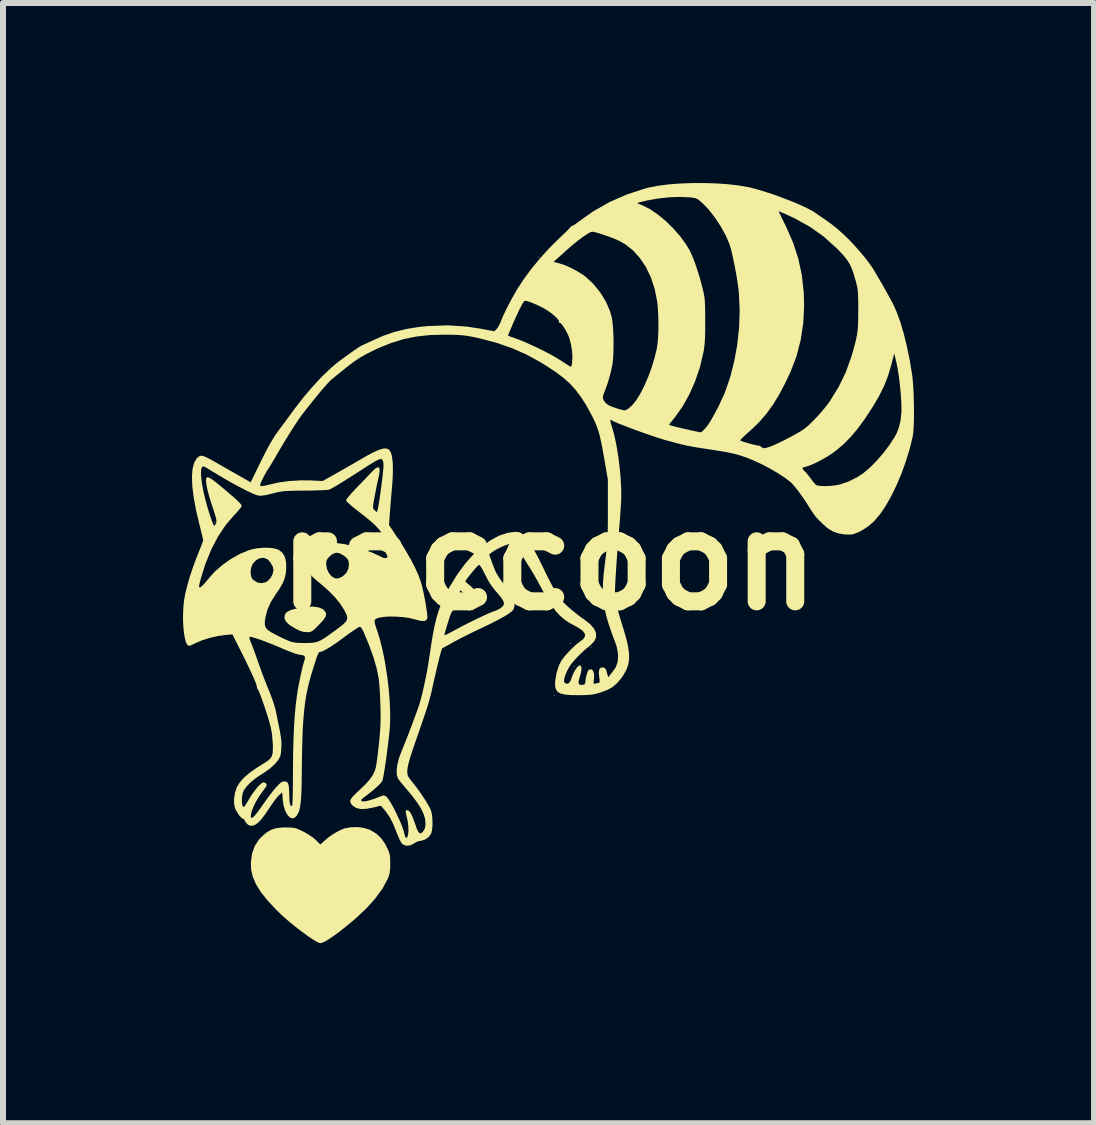
<source format=kicad_pcb>
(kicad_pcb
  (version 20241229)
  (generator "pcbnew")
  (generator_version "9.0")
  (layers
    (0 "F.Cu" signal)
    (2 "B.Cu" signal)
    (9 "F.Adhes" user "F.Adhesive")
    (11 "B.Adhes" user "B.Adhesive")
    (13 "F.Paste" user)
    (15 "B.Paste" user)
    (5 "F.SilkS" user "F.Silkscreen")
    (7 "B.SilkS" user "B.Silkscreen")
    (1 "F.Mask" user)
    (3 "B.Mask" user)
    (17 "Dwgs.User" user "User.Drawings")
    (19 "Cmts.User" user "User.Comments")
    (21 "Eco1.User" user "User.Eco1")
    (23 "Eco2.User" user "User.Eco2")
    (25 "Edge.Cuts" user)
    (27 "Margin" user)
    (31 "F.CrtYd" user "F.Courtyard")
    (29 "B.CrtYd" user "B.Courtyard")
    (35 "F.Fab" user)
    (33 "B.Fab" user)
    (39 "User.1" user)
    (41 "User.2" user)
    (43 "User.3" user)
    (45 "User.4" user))
  (footprint "raccoon"
    (layer "F.Cu")
    (at 6.094 6.292)
    (property "Reference" "raccoon" (at 0 0 0) (layer "F.SilkS") (effects (font (size 1.5 1.5) (thickness 0.3))))
    (attr board_only exclude_from_pos_files exclude_from_bom)
    (fp_poly (pts (xy -5.613 -1.399) (xy -5.621 -1.391) (xy -5.63 -1.399) (xy -5.621 -1.407)) (stroke (width 0) (type solid)) (fill yes) (layer "F.SilkS"))
    (fp_poly (pts (xy -5.563 -0.637) (xy -5.572 -0.629) (xy -5.58 -0.637) (xy -5.572 -0.646)) (stroke (width 0) (type solid)) (fill yes) (layer "F.SilkS"))
    (fp_poly (pts (xy -0.166 -5.058) (xy -0.174 -5.05) (xy -0.182 -5.058) (xy -0.174 -5.067)) (stroke (width 0) (type solid)) (fill yes) (layer "F.SilkS"))
    (fp_poly (pts (xy 0.099 2.244) (xy 0.091 2.252) (xy 0.083 2.244) (xy 0.091 2.235)) (stroke (width 0) (type solid)) (fill yes) (layer "F.SilkS"))
    (fp_poly (pts (xy 0.331 -4.943) (xy 0.323 -4.934) (xy 0.315 -4.943) (xy 0.323 -4.951)) (stroke (width 0) (type solid)) (fill yes) (layer "F.SilkS"))
    (fp_poly (pts (xy 0.364 1.383) (xy 0.356 1.391) (xy 0.348 1.383) (xy 0.356 1.374)) (stroke (width 0) (type solid)) (fill yes) (layer "F.SilkS"))
    (fp_poly (pts (xy 0.431 1.763) (xy 0.422 1.772) (xy 0.414 1.763) (xy 0.422 1.755)) (stroke (width 0) (type solid)) (fill yes) (layer "F.SilkS"))
    (fp_poly (pts (xy 0.712 1.449) (xy 0.704 1.457) (xy 0.695 1.449) (xy 0.704 1.441)) (stroke (width 0) (type solid)) (fill yes) (layer "F.SilkS"))
    (fp_poly (pts (xy -3.834 0.779) (xy -3.768 0.807) (xy -3.751 0.82) (xy -3.72 0.856) (xy -3.709 0.893) (xy -3.719 0.934) (xy -3.753 0.985) (xy -3.811 1.05) (xy -3.83 1.069) (xy -3.884 1.124) (xy -3.923 1.16) (xy -3.953 1.18) (xy -3.981 1.189) (xy -4.014 1.192) (xy -4.032 1.192) (xy -4.086 1.187) (xy -4.14 1.172) (xy -4.205 1.141) (xy -4.232 1.126) (xy -4.318 1.073) (xy -4.373 1.022) (xy -4.401 0.972) (xy -4.404 0.943) (xy -4.396 0.895) (xy -4.368 0.859) (xy -4.314 0.83) (xy -4.268 0.814) (xy -4.145 0.783) (xy -4.028 0.767) (xy -3.923 0.766)) (stroke (width 0) (type solid)) (fill yes) (layer "F.SilkS"))
    (fp_poly (pts (xy -3.077 4.454) (xy -2.985 4.483) (xy -2.975 4.488) (xy -2.873 4.549) (xy -2.792 4.625) (xy -2.726 4.721) (xy -2.704 4.765) (xy -2.674 4.827) (xy -2.656 4.875) (xy -2.646 4.921) (xy -2.642 4.977) (xy -2.641 5.049) (xy -2.643 5.133) (xy -2.649 5.194) (xy -2.661 5.245) (xy -2.681 5.297) (xy -2.681 5.299) (xy -2.769 5.461) (xy -2.889 5.627) (xy -3.041 5.796) (xy -3.226 5.969) (xy -3.251 5.99) (xy -3.381 6.098) (xy -3.498 6.19) (xy -3.601 6.265) (xy -3.687 6.322) (xy -3.754 6.359) (xy -3.8 6.374) (xy -3.806 6.374) (xy -3.841 6.364) (xy -3.897 6.333) (xy -3.971 6.286) (xy -4.021 6.251) (xy -4.179 6.134) (xy -4.316 6.024) (xy -4.44 5.915) (xy -4.56 5.799) (xy -4.565 5.793) (xy -4.698 5.649) (xy -4.802 5.516) (xy -4.879 5.391) (xy -4.931 5.271) (xy -4.959 5.152) (xy -4.964 5.033) (xy -4.963 5.019) (xy -4.943 4.876) (xy -4.899 4.755) (xy -4.832 4.651) (xy -4.795 4.611) (xy -4.713 4.537) (xy -4.633 4.488) (xy -4.548 4.459) (xy -4.445 4.447) (xy -4.387 4.446) (xy -4.311 4.447) (xy -4.256 4.451) (xy -4.21 4.461) (xy -4.16 4.481) (xy -4.095 4.512) (xy -4.089 4.515) (xy -4.005 4.562) (xy -3.93 4.613) (xy -3.878 4.657) (xy -3.807 4.73) (xy -3.745 4.673) (xy -3.662 4.604) (xy -3.568 4.541) (xy -3.474 4.49) (xy -3.397 4.46) (xy -3.295 4.442) (xy -3.185 4.44)) (stroke (width 0) (type solid)) (fill yes) (layer "F.SilkS"))
    (fp_poly (pts (xy 2.784 -6.286) (xy 2.981 -6.273) (xy 3.163 -6.252) (xy 3.322 -6.225) (xy 3.357 -6.217) (xy 3.482 -6.184) (xy 3.619 -6.142) (xy 3.764 -6.094) (xy 3.909 -6.041) (xy 4.05 -5.986) (xy 4.181 -5.931) (xy 4.295 -5.878) (xy 4.387 -5.83) (xy 4.435 -5.8) (xy 4.488 -5.763) (xy 4.535 -5.731) (xy 4.562 -5.713) (xy 4.658 -5.646) (xy 4.736 -5.588) (xy 4.808 -5.529) (xy 4.885 -5.461) (xy 4.932 -5.418) (xy 5.009 -5.343) (xy 5.093 -5.253) (xy 5.179 -5.156) (xy 5.261 -5.058) (xy 5.333 -4.966) (xy 5.388 -4.888) (xy 5.404 -4.863) (xy 5.487 -4.723) (xy 5.557 -4.603) (xy 5.618 -4.496) (xy 5.675 -4.392) (xy 5.731 -4.289) (xy 5.795 -4.149) (xy 5.857 -3.981) (xy 5.914 -3.787) (xy 5.967 -3.573) (xy 6.015 -3.341) (xy 6.055 -3.096) (xy 6.055 -3.096) (xy 6.066 -3.001) (xy 6.074 -2.886) (xy 6.081 -2.758) (xy 6.084 -2.624) (xy 6.086 -2.489) (xy 6.085 -2.36) (xy 6.081 -2.244) (xy 6.075 -2.146) (xy 6.066 -2.074) (xy 6.063 -2.061) (xy 6.012 -1.854) (xy 5.948 -1.648) (xy 5.875 -1.445) (xy 5.793 -1.253) (xy 5.706 -1.074) (xy 5.615 -0.914) (xy 5.523 -0.777) (xy 5.431 -0.668) (xy 5.419 -0.655) (xy 5.338 -0.584) (xy 5.249 -0.522) (xy 5.16 -0.473) (xy 5.08 -0.443) (xy 5.054 -0.437) (xy 4.993 -0.434) (xy 4.921 -0.438) (xy 4.881 -0.444) (xy 4.808 -0.46) (xy 4.744 -0.482) (xy 4.685 -0.514) (xy 4.624 -0.559) (xy 4.556 -0.621) (xy 4.474 -0.704) (xy 4.446 -0.734) (xy 4.423 -0.764) (xy 4.389 -0.814) (xy 4.35 -0.875) (xy 4.336 -0.897) (xy 4.286 -0.978) (xy 4.228 -1.062) (xy 4.169 -1.144) (xy 4.113 -1.217) (xy 4.065 -1.273) (xy 4.038 -1.301) (xy 3.942 -1.376) (xy 3.822 -1.455) (xy 3.686 -1.535) (xy 3.682 -1.537) (xy 4.226 -1.537) (xy 4.243 -1.511) (xy 4.265 -1.489) (xy 4.299 -1.453) (xy 4.34 -1.402) (xy 4.367 -1.366) (xy 4.403 -1.318) (xy 4.435 -1.28) (xy 4.452 -1.263) (xy 4.485 -1.25) (xy 4.542 -1.244) (xy 4.616 -1.242) (xy 4.697 -1.246) (xy 4.778 -1.255) (xy 4.85 -1.269) (xy 4.995 -1.318) (xy 5.14 -1.391) (xy 5.24 -1.457) (xy 5.348 -1.547) (xy 5.461 -1.661) (xy 5.572 -1.789) (xy 5.674 -1.923) (xy 5.759 -2.054) (xy 5.797 -2.123) (xy 5.835 -2.22) (xy 5.862 -2.339) (xy 5.876 -2.47) (xy 5.877 -2.533) (xy 5.874 -2.651) (xy 5.865 -2.786) (xy 5.851 -2.929) (xy 5.834 -3.069) (xy 5.814 -3.196) (xy 5.794 -3.295) (xy 5.757 -3.452) (xy 5.705 -3.254) (xy 5.652 -3.076) (xy 5.587 -2.91) (xy 5.506 -2.746) (xy 5.404 -2.572) (xy 5.389 -2.548) (xy 5.266 -2.361) (xy 5.149 -2.201) (xy 5.035 -2.065) (xy 4.921 -1.948) (xy 4.802 -1.846) (xy 4.727 -1.79) (xy 4.643 -1.735) (xy 4.549 -1.681) (xy 4.454 -1.632) (xy 4.367 -1.593) (xy 4.296 -1.568) (xy 4.276 -1.563) (xy 4.236 -1.552) (xy 4.226 -1.537) (xy 3.682 -1.537) (xy 3.542 -1.61) (xy 3.397 -1.676) (xy 3.305 -1.713) (xy 3.235 -1.738) (xy 3.169 -1.759) (xy 3.101 -1.778) (xy 3.024 -1.795) (xy 2.934 -1.813) (xy 2.824 -1.831) (xy 2.69 -1.852) (xy 2.619 -1.863) (xy 2.493 -1.882) (xy 2.387 -1.9) (xy 2.292 -1.919) (xy 2.196 -1.941) (xy 2.089 -1.969) (xy 1.968 -2.002) (xy 3.192 -2.002) (xy 3.214 -1.991) (xy 3.259 -1.976) (xy 3.317 -1.959) (xy 3.38 -1.941) (xy 3.439 -1.927) (xy 3.486 -1.917) (xy 3.512 -1.914) (xy 3.514 -1.915) (xy 3.526 -1.911) (xy 3.527 -1.906) (xy 3.541 -1.889) (xy 3.586 -1.875) (xy 3.595 -1.873) (xy 3.614 -1.877) (xy 3.655 -1.889) (xy 3.694 -1.902) (xy 3.756 -1.927) (xy 3.839 -1.965) (xy 3.932 -2.011) (xy 4.029 -2.062) (xy 4.121 -2.112) (xy 4.2 -2.158) (xy 4.256 -2.195) (xy 4.258 -2.196) (xy 4.325 -2.251) (xy 4.403 -2.327) (xy 4.487 -2.414) (xy 4.568 -2.507) (xy 4.641 -2.598) (xy 4.683 -2.656) (xy 4.83 -2.894) (xy 4.947 -3.135) (xy 5.038 -3.384) (xy 5.056 -3.444) (xy 5.09 -3.565) (xy 5.116 -3.665) (xy 5.134 -3.752) (xy 5.146 -3.835) (xy 5.153 -3.923) (xy 5.156 -4.024) (xy 5.157 -4.147) (xy 5.157 -4.181) (xy 5.157 -4.296) (xy 5.155 -4.385) (xy 5.152 -4.454) (xy 5.147 -4.51) (xy 5.14 -4.56) (xy 5.128 -4.61) (xy 5.113 -4.668) (xy 5.11 -4.678) (xy 5.078 -4.787) (xy 5.046 -4.875) (xy 5.011 -4.948) (xy 4.967 -5.016) (xy 4.91 -5.086) (xy 4.836 -5.166) (xy 4.791 -5.211) (xy 4.581 -5.4) (xy 4.352 -5.563) (xy 4.101 -5.702) (xy 4.025 -5.738) (xy 3.953 -5.771) (xy 3.892 -5.797) (xy 3.85 -5.816) (xy 3.831 -5.823) (xy 3.831 -5.823) (xy 3.837 -5.808) (xy 3.856 -5.768) (xy 3.884 -5.708) (xy 3.921 -5.633) (xy 3.956 -5.562) (xy 4.072 -5.298) (xy 4.158 -5.032) (xy 4.217 -4.76) (xy 4.248 -4.475) (xy 4.255 -4.248) (xy 4.241 -3.959) (xy 4.198 -3.677) (xy 4.128 -3.406) (xy 4.032 -3.154) (xy 3.932 -2.943) (xy 3.834 -2.758) (xy 3.735 -2.597) (xy 3.63 -2.452) (xy 3.517 -2.321) (xy 3.391 -2.196) (xy 3.313 -2.127) (xy 3.26 -2.079) (xy 3.219 -2.039) (xy 3.195 -2.012) (xy 3.192 -2.002) (xy 1.968 -2.002) (xy 1.962 -2.003) (xy 1.886 -2.026) (xy 1.794 -2.055) (xy 1.691 -2.09) (xy 1.581 -2.128) (xy 1.47 -2.168) (xy 1.362 -2.208) (xy 1.263 -2.246) (xy 1.178 -2.279) (xy 1.11 -2.308) (xy 1.066 -2.328) (xy 1.052 -2.337) (xy 1.033 -2.35) (xy 1.026 -2.342) (xy 1.03 -2.311) (xy 1.045 -2.253) (xy 1.06 -2.206) (xy 1.096 -2.073) (xy 1.129 -1.914) (xy 1.158 -1.739) (xy 1.181 -1.556) (xy 1.198 -1.372) (xy 1.207 -1.196) (xy 1.208 -1.109) (xy 1.207 -1.038) (xy 1.203 -0.943) (xy 1.196 -0.835) (xy 1.189 -0.723) (xy 1.184 -0.662) (xy 1.168 -0.472) (xy 1.155 -0.31) (xy 1.144 -0.17) (xy 1.135 -0.046) (xy 1.127 0.067) (xy 1.12 0.174) (xy 1.113 0.281) (xy 1.111 0.327) (xy 1.106 0.42) (xy 1.103 0.499) (xy 1.105 0.568) (xy 1.11 0.635) (xy 1.122 0.704) (xy 1.139 0.781) (xy 1.164 0.873) (xy 1.197 0.983) (xy 1.239 1.12) (xy 1.243 1.131) (xy 1.29 1.293) (xy 1.322 1.431) (xy 1.338 1.55) (xy 1.338 1.652) (xy 1.321 1.745) (xy 1.288 1.831) (xy 1.239 1.916) (xy 1.212 1.954) (xy 1.14 2.04) (xy 1.066 2.104) (xy 0.98 2.153) (xy 0.871 2.194) (xy 0.858 2.198) (xy 0.795 2.216) (xy 0.739 2.229) (xy 0.678 2.236) (xy 0.605 2.24) (xy 0.51 2.242) (xy 0.488 2.242) (xy 0.362 2.24) (xy 0.264 2.231) (xy 0.193 2.213) (xy 0.145 2.184) (xy 0.117 2.141) (xy 0.105 2.084) (xy 0.107 2.008) (xy 0.108 1.997) (xy 0.131 1.867) (xy 0.168 1.75) (xy 0.209 1.669) (xy 0.254 1.607) (xy 0.316 1.536) (xy 0.385 1.464) (xy 0.454 1.4) (xy 0.513 1.354) (xy 0.521 1.349) (xy 0.579 1.303) (xy 0.605 1.258) (xy 0.6 1.214) (xy 0.563 1.167) (xy 0.493 1.118) (xy 0.442 1.09) (xy 0.345 1.037) (xy 0.26 0.98) (xy 0.184 0.914) (xy 0.113 0.836) (xy 0.043 0.741) (xy -0.03 0.626) (xy -0.108 0.485) (xy -0.144 0.418) (xy -0.191 0.331) (xy -0.243 0.239) (xy -0.294 0.154) (xy -0.323 0.108) (xy -0.368 0.037) (xy -0.412 -0.036) (xy -0.448 -0.097) (xy -0.456 -0.113) (xy -0.511 -0.199) (xy -0.565 -0.253) (xy -0.623 -0.276) (xy -0.66 -0.275) (xy -0.711 -0.261) (xy -0.777 -0.234) (xy -0.848 -0.199) (xy -0.913 -0.162) (xy -0.956 -0.132) (xy -0.994 -0.102) (xy -0.95 0.019) (xy -0.924 0.089) (xy -0.897 0.156) (xy -0.874 0.206) (xy -0.873 0.207) (xy -0.846 0.253) (xy -0.809 0.31) (xy -0.766 0.368) (xy -0.725 0.421) (xy -0.691 0.46) (xy -0.673 0.476) (xy -0.626 0.522) (xy -0.591 0.589) (xy -0.572 0.666) (xy -0.569 0.742) (xy -0.586 0.808) (xy -0.593 0.82) (xy -0.62 0.849) (xy -0.67 0.886) (xy -0.743 0.931) (xy -0.842 0.985) (xy -0.968 1.05) (xy -1.123 1.125) (xy -1.209 1.165) (xy -1.308 1.213) (xy -1.41 1.264) (xy -1.505 1.313) (xy -1.584 1.355) (xy -1.614 1.372) (xy -1.676 1.407) (xy -1.728 1.435) (xy -1.762 1.453) (xy -1.773 1.457) (xy -1.781 1.473) (xy -1.796 1.519) (xy -1.817 1.594) (xy -1.842 1.696) (xy -1.872 1.822) (xy -1.906 1.97) (xy -1.944 2.14) (xy -1.962 2.219) (xy -1.977 2.278) (xy -2 2.36) (xy -2.029 2.455) (xy -2.062 2.555) (xy -2.08 2.608) (xy -2.12 2.725) (xy -2.166 2.858) (xy -2.213 2.993) (xy -2.255 3.115) (xy -2.263 3.138) (xy -2.306 3.27) (xy -2.336 3.375) (xy -2.353 3.453) (xy -2.357 3.494) (xy -2.357 3.537) (xy -2.352 3.571) (xy -2.338 3.603) (xy -2.312 3.642) (xy -2.269 3.696) (xy -2.258 3.709) (xy -2.187 3.801) (xy -2.117 3.9) (xy -2.053 3.998) (xy -2 4.086) (xy -1.968 4.148) (xy -1.951 4.207) (xy -1.94 4.284) (xy -1.937 4.37) (xy -1.94 4.452) (xy -1.951 4.521) (xy -1.963 4.555) (xy -2.005 4.608) (xy -2.064 4.648) (xy -2.127 4.668) (xy -2.141 4.669) (xy -2.185 4.679) (xy -2.233 4.704) (xy -2.242 4.711) (xy -2.306 4.744) (xy -2.371 4.751) (xy -2.427 4.732) (xy -2.447 4.715) (xy -2.467 4.683) (xy -2.494 4.629) (xy -2.523 4.561) (xy -2.542 4.512) (xy -2.594 4.384) (xy -2.648 4.278) (xy -2.713 4.184) (xy -2.749 4.14) (xy -2.799 4.083) (xy -2.91 4.111) (xy -3.034 4.135) (xy -3.133 4.139) (xy -3.212 4.12) (xy -3.27 4.08) (xy -3.282 4.067) (xy -3.302 4.037) (xy -3.309 4.008) (xy -3.299 3.976) (xy -3.27 3.936) (xy -3.22 3.884) (xy -3.148 3.817) (xy -3.052 3.725) (xy -2.981 3.644) (xy -2.93 3.569) (xy -2.896 3.495) (xy -2.883 3.452) (xy -2.876 3.415) (xy -2.866 3.351) (xy -2.855 3.267) (xy -2.843 3.169) (xy -2.831 3.064) (xy -2.83 3.055) (xy -2.817 2.916) (xy -2.808 2.798) (xy -2.803 2.689) (xy -2.802 2.577) (xy -2.804 2.449) (xy -2.806 2.401) (xy -2.81 2.292) (xy -2.815 2.185) (xy -2.822 2.089) (xy -2.828 2.011) (xy -2.834 1.962) (xy -2.867 1.796) (xy -2.92 1.614) (xy -2.992 1.412) (xy -3.086 1.188) (xy -3.09 1.18) (xy -3.113 1.136) (xy -3.136 1.107) (xy -3.144 1.101) (xy -3.164 1.108) (xy -3.205 1.132) (xy -3.264 1.171) (xy -3.335 1.221) (xy -3.4 1.269) (xy -3.518 1.356) (xy -3.622 1.426) (xy -3.708 1.478) (xy -3.774 1.511) (xy -3.818 1.523) (xy -3.819 1.523) (xy -3.829 1.528) (xy -3.839 1.545) (xy -3.854 1.577) (xy -3.872 1.628) (xy -3.896 1.702) (xy -3.927 1.801) (xy -3.957 1.898) (xy -3.989 2.013) (xy -4.017 2.126) (xy -4.041 2.243) (xy -4.06 2.365) (xy -4.076 2.498) (xy -4.089 2.644) (xy -4.099 2.808) (xy -4.106 2.993) (xy -4.111 3.203) (xy -4.115 3.441) (xy -4.115 3.502) (xy -4.117 3.671) (xy -4.12 3.811) (xy -4.125 3.924) (xy -4.132 4.016) (xy -4.141 4.088) (xy -4.153 4.145) (xy -4.168 4.191) (xy -4.187 4.229) (xy -4.204 4.255) (xy -4.243 4.289) (xy -4.284 4.293) (xy -4.325 4.27) (xy -4.363 4.224) (xy -4.396 4.158) (xy -4.42 4.074) (xy -4.433 3.981) (xy -4.442 3.861) (xy -4.498 3.912) (xy -4.53 3.947) (xy -4.573 4.002) (xy -4.62 4.069) (xy -4.655 4.122) (xy -4.728 4.23) (xy -4.789 4.31) (xy -4.843 4.366) (xy -4.89 4.4) (xy -4.93 4.415) (xy -4.978 4.417) (xy -5.015 4.397) (xy -5.026 4.387) (xy -5.054 4.355) (xy -5.067 4.328) (xy -5.067 4.327) (xy -5.08 4.307) (xy -5.09 4.305) (xy -5.115 4.291) (xy -5.149 4.256) (xy -5.185 4.206) (xy -5.217 4.149) (xy -5.227 4.127) (xy -5.243 4.057) (xy -5.244 3.993) (xy -5.115 3.993) (xy -5.111 4.049) (xy -5.101 4.09) (xy -5.084 4.106) (xy -5.083 4.106) (xy -5.069 4.093) (xy -5.044 4.057) (xy -5.012 4.005) (xy -4.998 3.98) (xy -4.948 3.899) (xy -4.895 3.826) (xy -4.844 3.763) (xy -4.797 3.718) (xy -4.761 3.695) (xy -4.751 3.692) (xy -4.718 3.706) (xy -4.705 3.72) (xy -4.701 3.742) (xy -4.714 3.773) (xy -4.747 3.818) (xy -4.764 3.84) (xy -4.822 3.921) (xy -4.877 4.012) (xy -4.922 4.103) (xy -4.952 4.185) (xy -4.961 4.223) (xy -4.964 4.269) (xy -4.954 4.288) (xy -4.93 4.279) (xy -4.893 4.241) (xy -4.84 4.175) (xy -4.774 4.081) (xy -4.716 3.999) (xy -4.655 3.916) (xy -4.597 3.841) (xy -4.55 3.784) (xy -4.544 3.778) (xy -4.496 3.727) (xy -4.461 3.696) (xy -4.434 3.681) (xy -4.407 3.679) (xy -4.398 3.679) (xy -4.37 3.685) (xy -4.35 3.701) (xy -4.337 3.732) (xy -4.329 3.781) (xy -4.325 3.856) (xy -4.324 3.927) (xy -4.319 4.013) (xy -4.309 4.067) (xy -4.294 4.09) (xy -4.275 4.082) (xy -4.272 4.063) (xy -4.27 4.015) (xy -4.267 3.942) (xy -4.265 3.847) (xy -4.264 3.735) (xy -4.263 3.608) (xy -4.262 3.497) (xy -4.26 3.226) (xy -4.254 2.986) (xy -4.245 2.772) (xy -4.233 2.581) (xy -4.217 2.409) (xy -4.197 2.254) (xy -4.197 2.252) (xy -4.183 2.162) (xy -4.165 2.063) (xy -4.145 1.962) (xy -4.124 1.866) (xy -4.104 1.78) (xy -4.087 1.713) (xy -4.073 1.67) (xy -4.071 1.666) (xy -4.06 1.618) (xy -4.074 1.585) (xy -4.112 1.573) (xy -4.114 1.573) (xy -4.153 1.568) (xy -4.208 1.554) (xy -4.283 1.528) (xy -4.38 1.49) (xy -4.503 1.437) (xy -4.504 1.437) (xy -4.611 1.392) (xy -4.713 1.352) (xy -4.806 1.318) (xy -4.884 1.292) (xy -4.943 1.275) (xy -4.979 1.269) (xy -4.987 1.271) (xy -4.988 1.292) (xy -4.976 1.331) (xy -4.965 1.358) (xy -4.948 1.401) (xy -4.922 1.467) (xy -4.893 1.548) (xy -4.861 1.637) (xy -4.852 1.664) (xy -4.817 1.762) (xy -4.78 1.865) (xy -4.744 1.96) (xy -4.714 2.037) (xy -4.711 2.045) (xy -4.651 2.192) (xy -4.606 2.312) (xy -4.574 2.408) (xy -4.554 2.481) (xy -4.553 2.484) (xy -4.523 2.626) (xy -4.5 2.741) (xy -4.482 2.832) (xy -4.469 2.904) (xy -4.461 2.962) (xy -4.456 3.011) (xy -4.454 3.054) (xy -4.454 3.069) (xy -4.457 3.14) (xy -4.464 3.208) (xy -4.472 3.254) (xy -4.503 3.316) (xy -4.56 3.386) (xy -4.638 3.458) (xy -4.734 3.527) (xy -4.781 3.557) (xy -4.878 3.621) (xy -4.964 3.691) (xy -5.033 3.761) (xy -5.081 3.827) (xy -5.098 3.867) (xy -5.11 3.93) (xy -5.115 3.993) (xy -5.244 3.993) (xy -5.244 3.969) (xy -5.23 3.875) (xy -5.202 3.787) (xy -5.199 3.779) (xy -5.153 3.701) (xy -5.085 3.621) (xy -4.99 3.539) (xy -4.868 3.453) (xy -4.747 3.377) (xy -4.684 3.337) (xy -4.641 3.3) (xy -4.614 3.258) (xy -4.601 3.204) (xy -4.597 3.13) (xy -4.597 3.072) (xy -4.611 2.893) (xy -4.635 2.765) (xy -4.657 2.686) (xy -4.683 2.597) (xy -4.713 2.504) (xy -4.744 2.411) (xy -4.775 2.323) (xy -4.803 2.246) (xy -4.827 2.185) (xy -4.846 2.145) (xy -4.857 2.131) (xy -4.858 2.131) (xy -4.865 2.13) (xy -4.862 2.123) (xy -4.863 2.097) (xy -4.88 2.043) (xy -4.913 1.962) (xy -4.962 1.854) (xy -5.026 1.719) (xy -5.105 1.559) (xy -5.12 1.529) (xy -5.271 1.229) (xy -5.372 1.237) (xy -5.509 1.255) (xy -5.649 1.287) (xy -5.781 1.329) (xy -5.874 1.369) (xy -5.935 1.399) (xy -5.973 1.415) (xy -5.997 1.418) (xy -6.014 1.41) (xy -6.021 1.404) (xy -6.044 1.364) (xy -6.063 1.296) (xy -6.078 1.207) (xy -6.089 1.102) (xy -6.094 0.987) (xy -6.093 0.868) (xy -6.087 0.75) (xy -6.076 0.654) (xy -6.056 0.545) (xy -6.028 0.431) (xy -5.828 0.431) (xy -5.82 0.448) (xy -5.795 0.438) (xy -5.757 0.403) (xy -5.706 0.345) (xy -5.683 0.315) (xy -5.572 0.19) (xy -5.572 0.19) (xy -4.969 0.19) (xy -4.961 0.257) (xy -4.937 0.308) (xy -4.93 0.316) (xy -4.862 0.361) (xy -4.789 0.376) (xy -4.716 0.359) (xy -4.679 0.336) (xy -4.635 0.288) (xy -4.601 0.223) (xy -4.587 0.159) (xy -4.587 0.155) (xy -4.598 0.103) (xy -4.628 0.046) (xy -4.668 -0.005) (xy -4.691 -0.025) (xy -4.749 -0.047) (xy -4.813 -0.041) (xy -4.874 -0.01) (xy -4.926 0.045) (xy -4.933 0.055) (xy -4.959 0.119) (xy -4.969 0.19) (xy -5.572 0.19) (xy -5.44 0.074) (xy -5.295 -0.029) (xy -5.143 -0.114) (xy -4.993 -0.175) (xy -4.943 -0.19) (xy -4.85 -0.207) (xy -4.751 -0.215) (xy -4.653 -0.214) (xy -4.569 -0.203) (xy -4.506 -0.183) (xy -4.505 -0.183) (xy -4.441 -0.135) (xy -4.399 -0.068) (xy -4.377 0.022) (xy -4.375 0.137) (xy -4.375 0.138) (xy -4.384 0.224) (xy -4.403 0.302) (xy -4.436 0.381) (xy -4.486 0.468) (xy -4.548 0.559) (xy -4.629 0.686) (xy -4.684 0.808) (xy -4.718 0.933) (xy -4.72 0.945) (xy -4.731 1.018) (xy -4.731 1.074) (xy -4.715 1.118) (xy -4.681 1.156) (xy -4.625 1.194) (xy -4.542 1.238) (xy -4.531 1.244) (xy -4.436 1.291) (xy -4.363 1.325) (xy -4.304 1.348) (xy -4.25 1.362) (xy -4.194 1.369) (xy -4.129 1.372) (xy -4.073 1.373) (xy -3.983 1.372) (xy -3.917 1.366) (xy -3.867 1.356) (xy -3.833 1.343) (xy -3.795 1.325) (xy -3.757 1.303) (xy -3.712 1.274) (xy -3.655 1.234) (xy -3.581 1.18) (xy -3.524 1.138) (xy -3.446 1.078) (xy -3.394 1.031) (xy -3.365 0.99) (xy -3.357 0.949) (xy -3.369 0.903) (xy -3.397 0.844) (xy -3.41 0.82) (xy -3.477 0.716) (xy -3.559 0.614) (xy -3.66 0.51) (xy -3.784 0.4) (xy -3.862 0.337) (xy -3.949 0.257) (xy -4.005 0.18) (xy -4.032 0.101) (xy -4.032 0.052) (xy -3.709 0.052) (xy -3.698 0.131) (xy -3.667 0.201) (xy -3.623 0.257) (xy -3.569 0.291) (xy -3.53 0.298) (xy -3.488 0.289) (xy -3.441 0.266) (xy -3.433 0.261) (xy -3.369 0.2) (xy -3.336 0.126) (xy -3.331 0.05) (xy -3.338 0.004) (xy -3.355 -0.03) (xy -3.389 -0.063) (xy -3.408 -0.078) (xy -3.478 -0.12) (xy -3.539 -0.133) (xy -3.597 -0.114) (xy -3.649 -0.074) (xy -3.687 -0.031) (xy -3.705 0.007) (xy -3.709 0.052) (xy -4.032 0.052) (xy -4.032 0.02) (xy -4.02 -0.037) (xy -4.003 -0.089) (xy -3.998 -0.102) (xy -3.96 -0.152) (xy -3.904 -0.205) (xy -3.84 -0.251) (xy -3.782 -0.28) (xy -3.776 -0.281) (xy -3.672 -0.297) (xy -3.546 -0.295) (xy -3.404 -0.275) (xy -3.25 -0.24) (xy -3.091 -0.191) (xy -2.931 -0.129) (xy -2.775 -0.056) (xy -2.629 0.028) (xy -2.628 0.028) (xy -2.557 0.071) (xy -2.508 0.093) (xy -2.479 0.096) (xy -2.468 0.081) (xy -2.467 0.073) (xy -2.475 0.044) (xy -2.497 -0.005) (xy -2.53 -0.069) (xy -2.568 -0.14) (xy -2.61 -0.211) (xy -2.65 -0.276) (xy -2.682 -0.323) (xy -2.724 -0.381) (xy -2.768 -0.441) (xy -2.79 -0.472) (xy -2.836 -0.53) (xy -2.894 -0.591) (xy -2.969 -0.659) (xy -3.064 -0.737) (xy -3.183 -0.829) (xy -3.183 -0.83) (xy -3.256 -0.887) (xy -3.315 -0.937) (xy -3.357 -0.976) (xy -3.377 -1.001) (xy -3.378 -1.006) (xy -3.367 -1.026) (xy -3.336 -1.066) (xy -3.29 -1.12) (xy -3.232 -1.183) (xy -3.185 -1.233) (xy -3.115 -1.305) (xy -3.049 -1.373) (xy -2.992 -1.433) (xy -2.949 -1.477) (xy -2.933 -1.494) (xy -2.882 -1.541) (xy -2.845 -1.558) (xy -2.824 -1.545) (xy -2.817 -1.504) (xy -2.826 -1.433) (xy -2.838 -1.377) (xy -2.85 -1.322) (xy -2.867 -1.246) (xy -2.884 -1.159) (xy -2.899 -1.081) (xy -2.915 -0.997) (xy -2.924 -0.939) (xy -2.928 -0.9) (xy -2.926 -0.876) (xy -2.918 -0.859) (xy -2.907 -0.845) (xy -2.88 -0.82) (xy -2.865 -0.811) (xy -2.857 -0.827) (xy -2.846 -0.872) (xy -2.833 -0.942) (xy -2.819 -1.034) (xy -2.803 -1.143) (xy -2.787 -1.266) (xy -2.772 -1.388) (xy -2.761 -1.486) (xy -2.755 -1.557) (xy -2.754 -1.606) (xy -2.757 -1.639) (xy -2.764 -1.662) (xy -2.765 -1.665) (xy -2.782 -1.69) (xy -2.801 -1.695) (xy -2.835 -1.684) (xy -2.843 -1.68) (xy -2.882 -1.661) (xy -2.938 -1.628) (xy -3.003 -1.588) (xy -3.035 -1.568) (xy -3.163 -1.485) (xy -3.283 -1.408) (xy -3.392 -1.339) (xy -3.487 -1.28) (xy -3.565 -1.234) (xy -3.623 -1.201) (xy -3.656 -1.184) (xy -3.659 -1.183) (xy -3.688 -1.179) (xy -3.744 -1.175) (xy -3.822 -1.172) (xy -3.917 -1.169) (xy -4.023 -1.167) (xy -4.065 -1.167) (xy -4.187 -1.166) (xy -4.282 -1.164) (xy -4.356 -1.161) (xy -4.416 -1.157) (xy -4.468 -1.149) (xy -4.519 -1.14) (xy -4.574 -1.126) (xy -4.602 -1.119) (xy -4.709 -1.093) (xy -4.79 -1.082) (xy -4.834 -1.083) (xy -4.88 -1.096) (xy -4.949 -1.125) (xy -5.038 -1.168) (xy -5.141 -1.221) (xy -5.231 -1.269) (xy -4.808 -1.269) (xy -4.808 -1.247) (xy -4.804 -1.243) (xy -4.779 -1.242) (xy -4.732 -1.249) (xy -4.672 -1.263) (xy -4.656 -1.267) (xy -4.499 -1.303) (xy -4.321 -1.327) (xy -4.133 -1.338) (xy -3.97 -1.337) (xy -3.767 -1.327) (xy -3.552 -1.448) (xy -3.456 -1.502) (xy -3.353 -1.561) (xy -3.254 -1.618) (xy -3.171 -1.667) (xy -3.166 -1.669) (xy -3.029 -1.749) (xy -2.917 -1.808) (xy -2.826 -1.848) (xy -2.755 -1.868) (xy -2.7 -1.868) (xy -2.66 -1.847) (xy -2.633 -1.807) (xy -2.614 -1.745) (xy -2.603 -1.663) (xy -2.6 -1.635) (xy -2.597 -1.537) (xy -2.599 -1.416) (xy -2.607 -1.283) (xy -2.611 -1.234) (xy -2.621 -1.125) (xy -2.631 -1.007) (xy -2.64 -0.893) (xy -2.647 -0.798) (xy -2.648 -0.79) (xy -2.662 -0.595) (xy -2.508 -0.363) (xy -2.401 -0.195) (xy -2.306 -0.033) (xy -2.227 0.119) (xy -2.166 0.255) (xy -2.129 0.361) (xy -2.109 0.433) (xy -2.09 0.519) (xy -2.07 0.615) (xy -2.052 0.711) (xy -2.038 0.801) (xy -2.027 0.878) (xy -2.023 0.934) (xy -2.023 0.955) (xy -2.038 0.99) (xy -2.073 1.006) (xy -2.132 1.004) (xy -2.216 0.983) (xy -2.236 0.977) (xy -2.321 0.956) (xy -2.427 0.941) (xy -2.541 0.933) (xy -2.654 0.931) (xy -2.754 0.938) (xy -2.815 0.948) (xy -2.861 0.961) (xy -2.89 0.977) (xy -2.902 1.001) (xy -2.899 1.041) (xy -2.882 1.1) (xy -2.859 1.167) (xy -2.81 1.326) (xy -2.765 1.509) (xy -2.726 1.71) (xy -2.693 1.921) (xy -2.667 2.135) (xy -2.65 2.343) (xy -2.642 2.54) (xy -2.644 2.716) (xy -2.649 2.793) (xy -2.659 2.896) (xy -2.672 3.01) (xy -2.687 3.129) (xy -2.702 3.249) (xy -2.718 3.363) (xy -2.734 3.467) (xy -2.749 3.556) (xy -2.761 3.623) (xy -2.771 3.664) (xy -2.773 3.669) (xy -2.798 3.705) (xy -2.849 3.757) (xy -2.921 3.821) (xy -3.014 3.895) (xy -3.089 3.952) (xy -3.12 3.979) (xy -3.124 4) (xy -3.119 4.006) (xy -3.092 4.013) (xy -3.041 4.007) (xy -2.97 3.989) (xy -2.887 3.961) (xy -2.827 3.937) (xy -2.779 3.918) (xy -2.749 3.913) (xy -2.724 3.921) (xy -2.711 3.929) (xy -2.683 3.958) (xy -2.647 4.011) (xy -2.605 4.083) (xy -2.561 4.168) (xy -2.517 4.258) (xy -2.476 4.348) (xy -2.442 4.432) (xy -2.418 4.503) (xy -2.408 4.542) (xy -2.394 4.597) (xy -2.377 4.62) (xy -2.36 4.613) (xy -2.347 4.577) (xy -2.338 4.514) (xy -2.338 4.506) (xy -2.34 4.429) (xy -2.35 4.345) (xy -2.359 4.303) (xy -2.376 4.233) (xy -2.383 4.189) (xy -2.38 4.165) (xy -2.368 4.157) (xy -2.361 4.156) (xy -2.329 4.17) (xy -2.297 4.214) (xy -2.262 4.288) (xy -2.228 4.384) (xy -2.199 4.467) (xy -2.174 4.519) (xy -2.15 4.543) (xy -2.125 4.542) (xy -2.097 4.516) (xy -2.091 4.509) (xy -2.064 4.462) (xy -2.054 4.403) (xy -2.054 4.38) (xy -2.062 4.299) (xy -2.089 4.214) (xy -2.134 4.121) (xy -2.202 4.017) (xy -2.292 3.899) (xy -2.378 3.798) (xy -2.426 3.741) (xy -2.47 3.688) (xy -2.501 3.648) (xy -2.509 3.636) (xy -2.53 3.577) (xy -2.535 3.496) (xy -2.523 3.398) (xy -2.495 3.288) (xy -2.452 3.173) (xy -2.451 3.171) (xy -2.426 3.11) (xy -2.392 3.026) (xy -2.352 2.925) (xy -2.31 2.815) (xy -2.268 2.704) (xy -2.229 2.598) (xy -2.195 2.505) (xy -2.169 2.432) (xy -2.161 2.409) (xy -2.132 2.308) (xy -2.1 2.182) (xy -2.068 2.039) (xy -2.037 1.887) (xy -2.01 1.735) (xy -1.987 1.589) (xy -1.987 1.587) (xy -1.958 1.392) (xy -1.932 1.237) (xy -1.739 1.237) (xy -1.734 1.241) (xy -1.719 1.237) (xy -1.69 1.224) (xy -1.641 1.199) (xy -1.571 1.161) (xy -1.509 1.128) (xy -1.416 1.078) (xy -1.314 1.027) (xy -1.211 0.976) (xy -1.112 0.929) (xy -1.023 0.888) (xy -0.95 0.857) (xy -0.899 0.838) (xy -0.894 0.837) (xy -0.852 0.819) (xy -0.804 0.792) (xy -0.799 0.789) (xy -0.76 0.754) (xy -0.746 0.716) (xy -0.758 0.67) (xy -0.796 0.611) (xy -0.827 0.574) (xy -0.893 0.497) (xy -0.943 0.433) (xy -0.983 0.375) (xy -1.021 0.31) (xy -1.062 0.23) (xy -1.068 0.217) (xy -1.104 0.148) (xy -1.134 0.098) (xy -1.156 0.073) (xy -1.164 0.07) (xy -1.181 0.085) (xy -1.213 0.119) (xy -1.253 0.165) (xy -1.296 0.217) (xy -1.337 0.267) (xy -1.369 0.31) (xy -1.388 0.339) (xy -1.39 0.345) (xy -1.378 0.36) (xy -1.347 0.387) (xy -1.323 0.406) (xy -1.263 0.46) (xy -1.219 0.518) (xy -1.195 0.575) (xy -1.193 0.625) (xy -1.213 0.659) (xy -1.238 0.672) (xy -1.285 0.691) (xy -1.347 0.713) (xy -1.366 0.72) (xy -1.458 0.751) (xy -1.524 0.778) (xy -1.57 0.803) (xy -1.601 0.832) (xy -1.623 0.868) (xy -1.64 0.908) (xy -1.655 0.952) (xy -1.674 1.011) (xy -1.694 1.077) (xy -1.713 1.141) (xy -1.729 1.195) (xy -1.737 1.23) (xy -1.739 1.237) (xy -1.932 1.237) (xy -1.93 1.225) (xy -1.902 1.081) (xy -1.871 0.955) (xy -1.837 0.841) (xy -1.798 0.734) (xy -1.755 0.635) (xy -1.537 0.635) (xy -1.529 0.637) (xy -1.501 0.626) (xy -1.493 0.622) (xy -1.451 0.604) (xy -1.419 0.596) (xy -1.418 0.596) (xy -1.389 0.588) (xy -1.389 0.568) (xy -1.417 0.538) (xy -1.424 0.532) (xy -1.473 0.496) (xy -1.501 0.559) (xy -1.521 0.601) (xy -1.535 0.63) (xy -1.537 0.635) (xy -1.755 0.635) (xy -1.752 0.63) (xy -1.699 0.523) (xy -1.643 0.422) (xy -1.522 0.226) (xy -1.392 0.05) (xy -1.256 -0.104) (xy -1.115 -0.234) (xy -0.972 -0.338) (xy -0.83 -0.415) (xy -0.689 -0.462) (xy -0.596 -0.476) (xy -0.535 -0.479) (xy -0.495 -0.475) (xy -0.463 -0.461) (xy -0.428 -0.436) (xy -0.39 -0.401) (xy -0.35 -0.352) (xy -0.305 -0.285) (xy -0.255 -0.198) (xy -0.196 -0.088) (xy -0.127 0.049) (xy -0.098 0.108) (xy -0.029 0.249) (xy 0.029 0.364) (xy 0.079 0.457) (xy 0.122 0.532) (xy 0.162 0.594) (xy 0.202 0.646) (xy 0.243 0.693) (xy 0.288 0.738) (xy 0.32 0.767) (xy 0.393 0.83) (xy 0.475 0.896) (xy 0.553 0.954) (xy 0.585 0.976) (xy 0.684 1.053) (xy 0.752 1.129) (xy 0.786 1.203) (xy 0.789 1.275) (xy 0.758 1.344) (xy 0.695 1.41) (xy 0.684 1.419) (xy 0.604 1.484) (xy 0.523 1.559) (xy 0.447 1.637) (xy 0.384 1.711) (xy 0.341 1.771) (xy 0.3 1.848) (xy 0.272 1.919) (xy 0.256 1.979) (xy 0.256 2.021) (xy 0.266 2.038) (xy 0.306 2.053) (xy 0.338 2.04) (xy 0.365 1.997) (xy 0.384 1.943) (xy 0.408 1.882) (xy 0.439 1.825) (xy 0.472 1.779) (xy 0.504 1.75) (xy 0.528 1.746) (xy 0.529 1.747) (xy 0.544 1.773) (xy 0.544 1.822) (xy 0.533 1.885) (xy 0.522 1.921) (xy 0.506 1.973) (xy 0.497 2.02) (xy 0.497 2.03) (xy 0.502 2.058) (xy 0.524 2.068) (xy 0.551 2.07) (xy 0.589 2.066) (xy 0.605 2.049) (xy 0.609 2.024) (xy 0.617 1.96) (xy 0.632 1.898) (xy 0.649 1.848) (xy 0.667 1.818) (xy 0.672 1.815) (xy 0.713 1.812) (xy 0.741 1.838) (xy 0.755 1.889) (xy 0.755 1.961) (xy 0.752 1.983) (xy 0.746 2.029) (xy 0.749 2.049) (xy 0.763 2.052) (xy 0.78 2.048) (xy 0.818 2.039) (xy 0.838 2.037) (xy 0.848 2.024) (xy 0.847 1.985) (xy 0.842 1.95) (xy 0.834 1.87) (xy 0.84 1.817) (xy 0.863 1.787) (xy 0.878 1.78) (xy 0.92 1.78) (xy 0.952 1.811) (xy 0.971 1.871) (xy 0.971 1.873) (xy 0.981 1.914) (xy 0.992 1.936) (xy 0.996 1.937) (xy 1.01 1.926) (xy 1.01 1.925) (xy 1.02 1.905) (xy 1.045 1.874) (xy 1.05 1.869) (xy 1.115 1.781) (xy 1.149 1.686) (xy 1.155 1.58) (xy 1.155 1.574) (xy 1.146 1.503) (xy 1.131 1.432) (xy 1.118 1.391) (xy 1.05 1.209) (xy 0.996 1.05) (xy 0.955 0.909) (xy 0.926 0.778) (xy 0.908 0.651) (xy 0.9 0.522) (xy 0.903 0.384) (xy 0.914 0.232) (xy 0.934 0.057) (xy 0.949 -0.058) (xy 0.96 -0.142) (xy 0.968 -0.221) (xy 0.975 -0.3) (xy 0.979 -0.386) (xy 0.982 -0.484) (xy 0.984 -0.6) (xy 0.985 -0.739) (xy 0.985 -0.836) (xy 0.985 -1.349) (xy 0.923 -1.707) (xy 0.897 -1.855) (xy 0.873 -1.975) (xy 0.851 -2.075) (xy 0.827 -2.16) (xy 0.801 -2.236) (xy 0.771 -2.309) (xy 0.735 -2.385) (xy 0.705 -2.442) (xy 0.619 -2.598) (xy 0.534 -2.731) (xy 0.446 -2.847) (xy 0.35 -2.952) (xy 0.24 -3.05) (xy 0.111 -3.147) (xy -0.041 -3.246) (xy -0.138 -3.306) (xy -0.369 -3.433) (xy -0.608 -3.539) (xy -0.861 -3.627) (xy -1.135 -3.7) (xy -1.219 -3.719) (xy -1.303 -3.736) (xy -1.376 -3.748) (xy -1.395 -3.75) (xy -0.679 -3.75) (xy -0.664 -3.743) (xy -0.626 -3.728) (xy -0.573 -3.71) (xy -0.567 -3.708) (xy -0.47 -3.672) (xy -0.354 -3.623) (xy -0.228 -3.565) (xy -0.099 -3.503) (xy 0.022 -3.44) (xy 0.128 -3.38) (xy 0.198 -3.337) (xy 0.261 -3.295) (xy 0.315 -3.261) (xy 0.352 -3.238) (xy 0.367 -3.23) (xy 0.377 -3.244) (xy 0.386 -3.28) (xy 0.389 -3.3) (xy 0.394 -3.391) (xy 0.387 -3.499) (xy 0.369 -3.609) (xy 0.342 -3.71) (xy 0.315 -3.777) (xy 0.269 -3.862) (xy 0.229 -3.923) (xy 0.198 -3.957) (xy 0.177 -3.962) (xy 0.177 -3.962) (xy 0.169 -3.963) (xy 0.173 -3.973) (xy 0.17 -3.996) (xy 0.143 -4.032) (xy 0.099 -4.076) (xy 0.042 -4.123) (xy -0.021 -4.168) (xy -0.086 -4.207) (xy -0.099 -4.214) (xy -0.204 -4.265) (xy -0.291 -4.302) (xy -0.356 -4.324) (xy -0.396 -4.33) (xy -0.403 -4.329) (xy -0.421 -4.309) (xy -0.449 -4.262) (xy -0.487 -4.189) (xy -0.531 -4.095) (xy -0.582 -3.983) (xy -0.62 -3.894) (xy -0.646 -3.832) (xy -0.666 -3.784) (xy -0.677 -3.755) (xy -0.679 -3.75) (xy -1.395 -3.75) (xy -1.447 -3.756) (xy -1.524 -3.761) (xy -1.616 -3.764) (xy -1.733 -3.765) (xy -1.739 -3.765) (xy -1.984 -3.759) (xy -2.209 -3.734) (xy -2.422 -3.69) (xy -2.632 -3.625) (xy -2.847 -3.537) (xy -2.947 -3.489) (xy -3.02 -3.453) (xy -3.084 -3.418) (xy -3.144 -3.383) (xy -3.204 -3.344) (xy -3.268 -3.299) (xy -3.342 -3.243) (xy -3.428 -3.174) (xy -3.532 -3.09) (xy -3.624 -3.015) (xy -3.658 -2.982) (xy -3.708 -2.927) (xy -3.772 -2.854) (xy -3.845 -2.767) (xy -3.924 -2.67) (xy -4.006 -2.567) (xy -4.087 -2.464) (xy -4.115 -2.427) (xy -4.165 -2.358) (xy -4.227 -2.264) (xy -4.299 -2.152) (xy -4.378 -2.025) (xy -4.46 -1.888) (xy -4.514 -1.797) (xy -4.562 -1.713) (xy -4.606 -1.639) (xy -4.642 -1.579) (xy -4.668 -1.538) (xy -4.678 -1.523) (xy -4.695 -1.497) (xy -4.721 -1.451) (xy -4.753 -1.393) (xy -4.761 -1.377) (xy -4.793 -1.311) (xy -4.808 -1.269) (xy -5.231 -1.269) (xy -5.256 -1.282) (xy -5.377 -1.351) (xy -5.5 -1.423) (xy -5.62 -1.496) (xy -5.668 -1.526) (xy -5.712 -1.552) (xy -5.747 -1.569) (xy -5.758 -1.572) (xy -5.78 -1.558) (xy -5.792 -1.517) (xy -5.795 -1.451) (xy -5.789 -1.364) (xy -5.775 -1.261) (xy -5.752 -1.143) (xy -5.722 -1.016) (xy -5.685 -0.882) (xy -5.677 -0.857) (xy -5.649 -0.767) (xy -5.623 -0.689) (xy -5.601 -0.629) (xy -5.585 -0.591) (xy -5.577 -0.58) (xy -5.561 -0.593) (xy -5.544 -0.621) (xy -5.538 -0.641) (xy -5.538 -0.667) (xy -5.544 -0.705) (xy -5.559 -0.759) (xy -5.583 -0.836) (xy -5.61 -0.915) (xy -5.652 -1.048) (xy -5.683 -1.163) (xy -5.703 -1.257) (xy -5.711 -1.328) (xy -5.707 -1.373) (xy -5.69 -1.391) (xy -5.687 -1.391) (xy -5.665 -1.386) (xy -5.634 -1.369) (xy -5.589 -1.338) (xy -5.528 -1.291) (xy -5.447 -1.224) (xy -5.431 -1.211) (xy -5.327 -1.123) (xy -5.246 -1.053) (xy -5.187 -0.999) (xy -5.148 -0.96) (xy -5.125 -0.932) (xy -5.117 -0.914) (xy -5.117 -0.913) (xy -5.128 -0.89) (xy -5.158 -0.851) (xy -5.201 -0.801) (xy -5.239 -0.762) (xy -5.381 -0.596) (xy -5.51 -0.403) (xy -5.624 -0.185) (xy -5.721 0.053) (xy -5.796 0.292) (xy -5.812 0.353) (xy -5.823 0.402) (xy -5.828 0.43) (xy -5.828 0.431) (xy -6.028 0.431) (xy -6.023 0.414) (xy -5.981 0.268) (xy -5.931 0.117) (xy -5.876 -0.033) (xy -5.851 -0.095) (xy -5.819 -0.176) (xy -5.791 -0.247) (xy -5.771 -0.301) (xy -5.76 -0.334) (xy -5.759 -0.339) (xy -5.763 -0.36) (xy -5.773 -0.408) (xy -5.79 -0.476) (xy -5.81 -0.559) (xy -5.828 -0.629) (xy -5.881 -0.859) (xy -5.918 -1.064) (xy -5.94 -1.245) (xy -5.946 -1.399) (xy -5.936 -1.527) (xy -5.91 -1.628) (xy -5.869 -1.7) (xy -5.859 -1.711) (xy -5.832 -1.734) (xy -5.805 -1.747) (xy -5.773 -1.747) (xy -5.73 -1.734) (xy -5.672 -1.706) (xy -5.592 -1.662) (xy -5.555 -1.641) (xy -5.47 -1.592) (xy -5.376 -1.538) (xy -5.289 -1.489) (xy -5.249 -1.466) (xy -5.178 -1.426) (xy -5.11 -1.387) (xy -5.054 -1.355) (xy -5.038 -1.346) (xy -4.967 -1.305) (xy -4.799 -1.65) (xy -4.713 -1.821) (xy -4.636 -1.963) (xy -4.567 -2.076) (xy -4.52 -2.144) (xy -4.473 -2.208) (xy -4.412 -2.29) (xy -4.343 -2.383) (xy -4.272 -2.479) (xy -4.218 -2.552) (xy -4.076 -2.735) (xy -3.926 -2.91) (xy -3.775 -3.071) (xy -3.628 -3.211) (xy -3.56 -3.269) (xy -3.513 -3.308) (xy -3.451 -3.354) (xy -3.382 -3.405) (xy -3.31 -3.456) (xy -3.242 -3.504) (xy -3.183 -3.544) (xy -3.139 -3.573) (xy -3.114 -3.586) (xy -3.113 -3.586) (xy -3.095 -3.594) (xy -3.055 -3.612) (xy -2.997 -3.639) (xy -2.947 -3.663) (xy -2.757 -3.747) (xy -2.57 -3.811) (xy -2.378 -3.859) (xy -2.171 -3.893) (xy -2.012 -3.909) (xy -1.685 -3.921) (xy -1.364 -3.9) (xy -1.137 -3.865) (xy -0.907 -3.822) (xy -0.869 -3.858) (xy -0.844 -3.892) (xy -0.815 -3.946) (xy -0.795 -3.996) (xy -0.765 -4.068) (xy -0.721 -4.161) (xy -0.668 -4.267) (xy -0.608 -4.379) (xy -0.545 -4.49) (xy -0.532 -4.512) (xy -0.424 -4.68) (xy -0.293 -4.858) (xy -0.194 -4.978) (xy 0.08 -4.978) (xy 0.168 -4.956) (xy 0.26 -4.926) (xy 0.366 -4.88) (xy 0.472 -4.824) (xy 0.569 -4.764) (xy 0.621 -4.725) (xy 0.747 -4.606) (xy 0.859 -4.468) (xy 0.951 -4.318) (xy 1.018 -4.165) (xy 1.051 -4.048) (xy 1.063 -3.967) (xy 1.072 -3.861) (xy 1.078 -3.741) (xy 1.08 -3.614) (xy 1.078 -3.49) (xy 1.073 -3.377) (xy 1.063 -3.286) (xy 1.061 -3.27) (xy 1.028 -3.118) (xy 0.981 -2.955) (xy 0.932 -2.82) (xy 0.911 -2.764) (xy 0.902 -2.728) (xy 0.904 -2.701) (xy 0.915 -2.673) (xy 0.918 -2.668) (xy 0.948 -2.626) (xy 0.996 -2.591) (xy 1.067 -2.56) (xy 1.15 -2.532) (xy 1.211 -2.514) (xy 1.249 -2.505) (xy 1.275 -2.505) (xy 1.297 -2.515) (xy 1.326 -2.533) (xy 1.329 -2.536) (xy 1.393 -2.592) (xy 1.46 -2.676) (xy 1.527 -2.785) (xy 1.593 -2.914) (xy 1.655 -3.059) (xy 1.713 -3.215) (xy 1.762 -3.377) (xy 1.799 -3.527) (xy 1.813 -3.617) (xy 1.822 -3.731) (xy 1.827 -3.861) (xy 1.827 -3.998) (xy 1.822 -4.134) (xy 1.813 -4.261) (xy 1.806 -4.322) (xy 1.765 -4.527) (xy 1.703 -4.717) (xy 1.62 -4.891) (xy 1.518 -5.043) (xy 1.4 -5.173) (xy 1.267 -5.277) (xy 1.164 -5.333) (xy 1.088 -5.366) (xy 1.002 -5.399) (xy 0.916 -5.429) (xy 0.836 -5.455) (xy 0.77 -5.473) (xy 0.726 -5.481) (xy 0.722 -5.481) (xy 0.688 -5.47) (xy 0.635 -5.439) (xy 0.565 -5.391) (xy 0.482 -5.329) (xy 0.392 -5.256) (xy 0.297 -5.174) (xy 0.266 -5.146) (xy 0.08 -4.978) (xy -0.194 -4.978) (xy -0.146 -5.037) (xy 0.012 -5.211) (xy 0.174 -5.371) (xy 0.202 -5.397) (xy 0.263 -5.455) (xy 0.314 -5.505) (xy 0.35 -5.543) (xy 0.367 -5.565) (xy 0.368 -5.568) (xy 0.373 -5.576) (xy 0.377 -5.574) (xy 0.396 -5.579) (xy 0.433 -5.601) (xy 0.48 -5.635) (xy 0.486 -5.64) (xy 0.745 -5.823) (xy 0.983 -5.958) (xy 1.468 -5.958) (xy 1.564 -5.919) (xy 1.688 -5.856) (xy 1.819 -5.767) (xy 1.95 -5.659) (xy 2.076 -5.535) (xy 2.192 -5.402) (xy 2.291 -5.265) (xy 2.35 -5.166) (xy 2.39 -5.079) (xy 2.434 -4.968) (xy 2.478 -4.838) (xy 2.521 -4.698) (xy 2.559 -4.555) (xy 2.559 -4.553) (xy 2.575 -4.489) (xy 2.587 -4.433) (xy 2.595 -4.38) (xy 2.601 -4.323) (xy 2.604 -4.255) (xy 2.606 -4.171) (xy 2.607 -4.064) (xy 2.607 -3.999) (xy 2.607 -3.861) (xy 2.605 -3.751) (xy 2.601 -3.66) (xy 2.594 -3.583) (xy 2.585 -3.513) (xy 2.577 -3.469) (xy 2.52 -3.228) (xy 2.441 -2.994) (xy 2.343 -2.771) (xy 2.229 -2.567) (xy 2.101 -2.387) (xy 2.076 -2.357) (xy 2.04 -2.313) (xy 2.014 -2.279) (xy 2.004 -2.263) (xy 2.004 -2.263) (xy 2.019 -2.257) (xy 2.06 -2.245) (xy 2.122 -2.229) (xy 2.197 -2.211) (xy 2.28 -2.191) (xy 2.365 -2.172) (xy 2.445 -2.155) (xy 2.514 -2.141) (xy 2.534 -2.138) (xy 2.55 -2.148) (xy 2.579 -2.175) (xy 2.594 -2.19) (xy 2.626 -2.225) (xy 2.657 -2.267) (xy 2.69 -2.318) (xy 2.729 -2.385) (xy 2.777 -2.472) (xy 2.829 -2.569) (xy 2.933 -2.797) (xy 3.02 -3.047) (xy 3.089 -3.315) (xy 3.14 -3.594) (xy 3.171 -3.879) (xy 3.181 -4.163) (xy 3.169 -4.441) (xy 3.162 -4.514) (xy 3.149 -4.613) (xy 3.132 -4.726) (xy 3.11 -4.847) (xy 3.086 -4.968) (xy 3.062 -5.081) (xy 3.039 -5.179) (xy 3.018 -5.254) (xy 3.011 -5.273) (xy 2.95 -5.417) (xy 2.867 -5.568) (xy 2.77 -5.715) (xy 2.666 -5.848) (xy 2.588 -5.93) (xy 2.534 -5.981) (xy 2.495 -6.014) (xy 2.462 -6.033) (xy 2.425 -6.044) (xy 2.376 -6.051) (xy 2.36 -6.053) (xy 2.193 -6.061) (xy 2.01 -6.055) (xy 1.82 -6.034) (xy 1.635 -6.001) (xy 1.541 -5.978) (xy 1.468 -5.958) (xy 0.983 -5.958) (xy 1.016 -5.977) (xy 1.302 -6.102) (xy 1.606 -6.201) (xy 1.664 -6.216) (xy 1.81 -6.245) (xy 1.981 -6.268) (xy 2.17 -6.283) (xy 2.372 -6.291) (xy 2.579 -6.292)) (stroke (width 0) (type solid)) (fill yes) (layer "F.SilkS")))
  (gr_rect
    (start -3 -3)
    (end 15.18 15.666)
    (stroke (width 0.1) (type default))
    (fill no)
    (layer "Edge.Cuts")))
</source>
